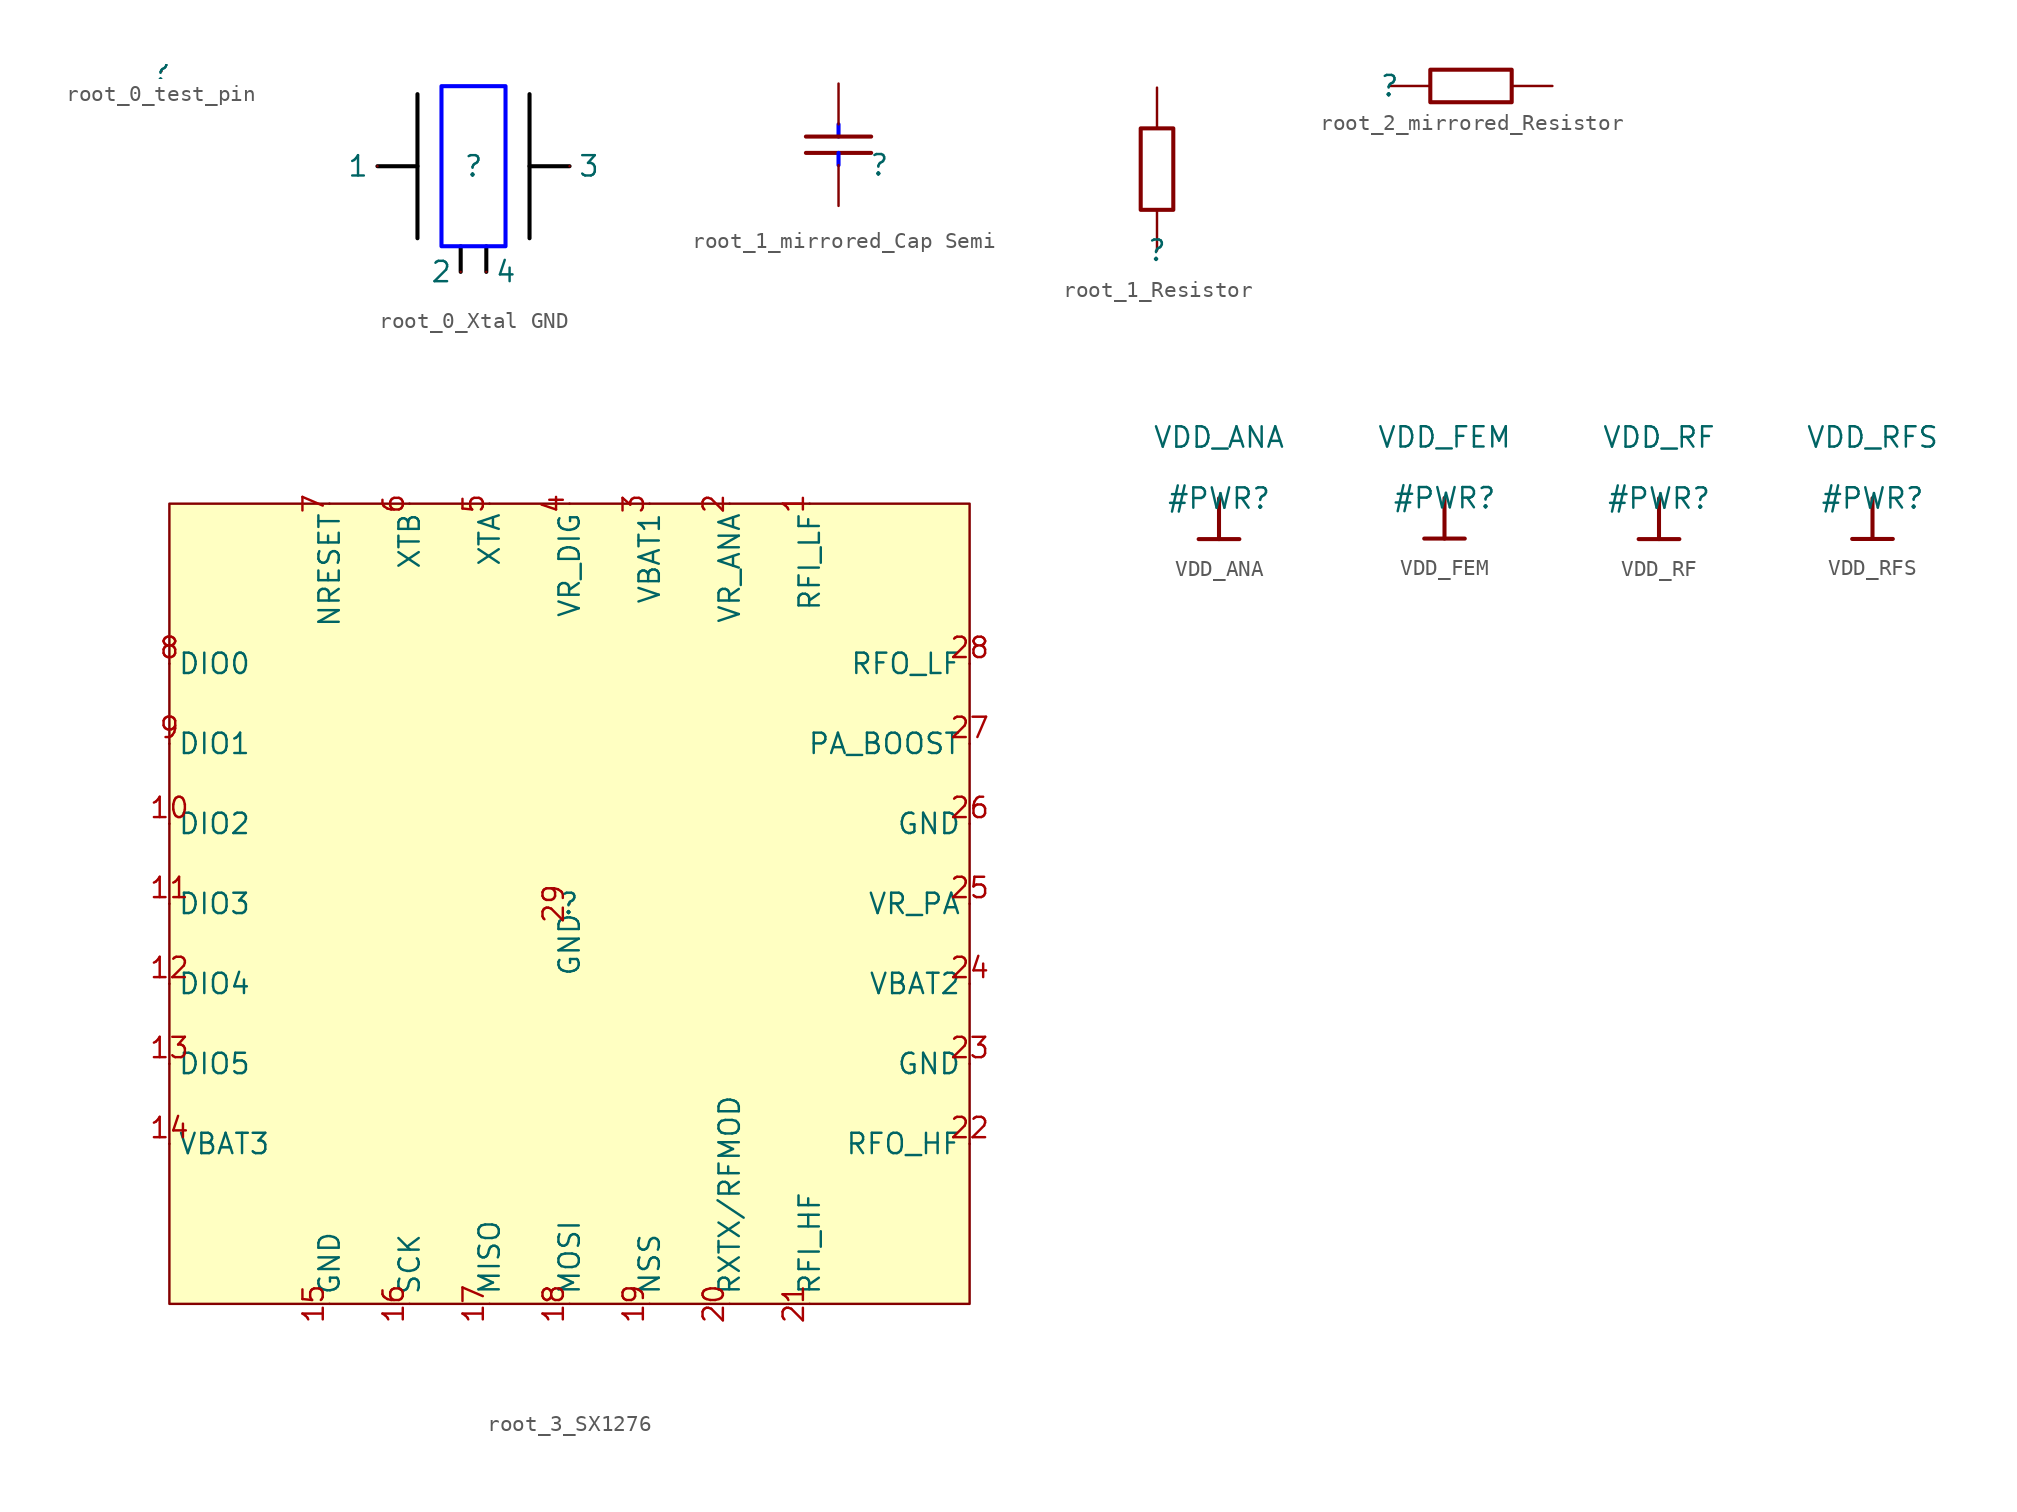
<source format=kicad_sym>
(kicad_symbol_lib
  (version 20220914)
  (generator kicad_symbol_editor)
  (symbol "root_0_test_pin"
    (property "Reference" ""
      (at 0 0 0)
      (effects (font (size 1.27 1.27))))
    (property "Value" ""
      (at 0 0 0)
      (effects (font (size 1.27 1.27))))
    (symbol "root_0_test_pin_1_0"
      (pin passive line (at 0 0 180) (length 0) (name "pin" (effects (font (size 0 0)))) (number "1" (effects (font (size 0 0)))))))
  (symbol "root_0_Xtal GND"
    (property "Reference" ""
      (at 0 0 0)
      (effects (font (size 1.27 1.27))))
    (property "Value" ""
      (at 0 0 0)
      (effects (font (size 1.27 1.27))))
    (symbol "root_0_Xtal GND_1_0"
      (polyline (pts (xy -6 0) (xy -3.5 0)) (stroke (width 0.254) (type solid) (color 0 0 0 1)) (fill (type none)))
      (polyline (pts (xy -3.5 4.5) (xy -3.5 -4.5)) (stroke (width 0.254) (type solid) (color 0 0 0 1)) (fill (type none)))
      (polyline (pts (xy -0.8 -6.6) (xy -0.8 -5)) (stroke (width 0.254) (type solid) (color 0 0 0 1)) (fill (type none)))
      (polyline (pts (xy 0.8 -6.6) (xy 0.8 -5)) (stroke (width 0.254) (type solid) (color 0 0 0 1)) (fill (type none)))
      (polyline (pts (xy 3.5 4.5) (xy 3.5 -4.5)) (stroke (width 0.254) (type solid) (color 0 0 0 1)) (fill (type none)))
      (polyline (pts (xy 6 0) (xy 3.5 0)) (stroke (width 0.254) (type solid) (color 0 0 0 1)) (fill (type none)))
      (polyline (pts (xy 2 -5) (xy 2 5) (xy -2 5) (xy -2 -5) (xy 2 -5)) (stroke (width 0.254) (type solid) (color 0 0 255 1)) (fill (type none)))
      (pin passive line (at -6 0 180) (length 0) (name "1" (effects (font (size 1.27 1.27)))) (number "1" (effects (font (size 0 0)))))
      (pin passive line (at -0.8 -6.6 180) (length 0) (name "2" (effects (font (size 1.27 1.27)))) (number "2" (effects (font (size 0 0)))))
      (pin passive line (at 6 0 0) (length 0) (name "3" (effects (font (size 1.27 1.27)))) (number "3" (effects (font (size 0 0)))))
      (pin passive line (at 0.8 -6.6 0) (length 0) (name "4" (effects (font (size 1.27 1.27)))) (number "4" (effects (font (size 0 0)))))))
  (symbol "root_1_mirrored_Cap Semi"
    (property "Reference" ""
      (at 0 0 0)
      (effects (font (size 1.27 1.27))))
    (property "Value" ""
      (at 0 0 0)
      (effects (font (size 1.27 1.27))))
    (symbol "root_1_mirrored_Cap Semi_1_0"
      (polyline (pts (xy -4.572 0.762) (xy -0.508 0.762)) (stroke (width 0.254) (type solid)) (fill (type none)))
      (polyline (pts (xy -2.54 0) (xy -2.54 0.762)) (stroke (width 0.254) (type solid) (color 0 0 255 1)) (fill (type none)))
      (polyline (pts (xy -2.54 2.54) (xy -2.54 1.778)) (stroke (width 0.254) (type solid) (color 0 0 255 1)) (fill (type none)))
      (polyline (pts (xy -0.508 1.778) (xy -4.572 1.778)) (stroke (width 0.254) (type solid)) (fill (type none)))
      (pin passive line (at -2.54 -2.54 90) (length 2.54) (name "1" (effects (font (size 0 0)))) (number "1" (effects (font (size 0 0)))))
      (pin passive line (at -2.54 5.08 270) (length 2.54) (name "2" (effects (font (size 0 0)))) (number "2" (effects (font (size 0 0)))))))
  (symbol "root_1_Resistor"
    (property "Reference" ""
      (at 0 0 0)
      (effects (font (size 1.27 1.27))))
    (property "Value" ""
      (at 0 0 0)
      (effects (font (size 1.27 1.27))))
    (symbol "root_1_Resistor_1_0"
      (rectangle (start 1.016 7.62) (end -1.016 2.54) (stroke (width 0.254) (type solid)) (fill (type none)))
      (pin passive line (at 0 0 90) (length 2.54) (name "1" (effects (font (size 0 0)))) (number "1" (effects (font (size 0 0)))))
      (pin passive line (at 0 10.16 270) (length 2.54) (name "2" (effects (font (size 0 0)))) (number "2" (effects (font (size 0 0)))))))
  (symbol "root_2_mirrored_Resistor"
    (property "Reference" ""
      (at 0 0 0)
      (effects (font (size 1.27 1.27))))
    (property "Value" ""
      (at 0 0 0)
      (effects (font (size 1.27 1.27))))
    (symbol "root_2_mirrored_Resistor_1_0"
      (rectangle (start 7.62 1.016) (end 2.54 -1.016) (stroke (width 0.254) (type solid)) (fill (type none)))
      (pin passive line (at 0 0 0) (length 2.54) (name "1" (effects (font (size 0 0)))) (number "1" (effects (font (size 0 0)))))
      (pin passive line (at 10.16 0 180) (length 2.54) (name "2" (effects (font (size 0 0)))) (number "2" (effects (font (size 0 0)))))))
  (symbol "root_3_SX1276"
    (property "Reference" ""
      (at 0 0 0)
      (effects (font (size 1.27 1.27))))
    (property "Value" ""
      (at 0 0 0)
      (effects (font (size 1.27 1.27))))
    (symbol "root_3_SX1276_1_0"
      (rectangle (start 25 25) (end -25 -25) (stroke (width 0) (type solid)) (fill (type background)))
      (pin passive line (at 15 25 270) (length 0) (name "RFI_LF" (effects (font (size 1.27 1.27)))) (number "1" (effects (font (size 1.27 1.27)))))
      (pin passive line (at -25 5 0) (length 0) (name "DIO2" (effects (font (size 1.27 1.27)))) (number "10" (effects (font (size 1.27 1.27)))))
      (pin passive line (at -25 0 0) (length 0) (name "DIO3" (effects (font (size 1.27 1.27)))) (number "11" (effects (font (size 1.27 1.27)))))
      (pin passive line (at -25 -5 0) (length 0) (name "DIO4" (effects (font (size 1.27 1.27)))) (number "12" (effects (font (size 1.27 1.27)))))
      (pin passive line (at -25 -10 0) (length 0) (name "DIO5" (effects (font (size 1.27 1.27)))) (number "13" (effects (font (size 1.27 1.27)))))
      (pin passive line (at -25 -15 0) (length 0) (name "VBAT3" (effects (font (size 1.27 1.27)))) (number "14" (effects (font (size 1.27 1.27)))))
      (pin passive line (at -15 -25 90) (length 0) (name "GND" (effects (font (size 1.27 1.27)))) (number "15" (effects (font (size 1.27 1.27)))))
      (pin passive line (at -10 -25 90) (length 0) (name "SCK" (effects (font (size 1.27 1.27)))) (number "16" (effects (font (size 1.27 1.27)))))
      (pin passive line (at -5 -25 90) (length 0) (name "MISO" (effects (font (size 1.27 1.27)))) (number "17" (effects (font (size 1.27 1.27)))))
      (pin passive line (at 0 -25 90) (length 0) (name "MOSI" (effects (font (size 1.27 1.27)))) (number "18" (effects (font (size 1.27 1.27)))))
      (pin passive line (at 5 -25 90) (length 0) (name "NSS" (effects (font (size 1.27 1.27)))) (number "19" (effects (font (size 1.27 1.27)))))
      (pin passive line (at 10 25 270) (length 0) (name "VR_ANA" (effects (font (size 1.27 1.27)))) (number "2" (effects (font (size 1.27 1.27)))))
      (pin passive line (at 10 -25 90) (length 0) (name "RXTX/RFMOD" (effects (font (size 1.27 1.27)))) (number "20" (effects (font (size 1.27 1.27)))))
      (pin passive line (at 15 -25 90) (length 0) (name "RFI_HF" (effects (font (size 1.27 1.27)))) (number "21" (effects (font (size 1.27 1.27)))))
      (pin passive line (at 25 -15 180) (length 0) (name "RFO_HF" (effects (font (size 1.27 1.27)))) (number "22" (effects (font (size 1.27 1.27)))))
      (pin passive line (at 25 -10 180) (length 0) (name "GND" (effects (font (size 1.27 1.27)))) (number "23" (effects (font (size 1.27 1.27)))))
      (pin passive line (at 25 -5 180) (length 0) (name "VBAT2" (effects (font (size 1.27 1.27)))) (number "24" (effects (font (size 1.27 1.27)))))
      (pin passive line (at 25 0 180) (length 0) (name "VR_PA" (effects (font (size 1.27 1.27)))) (number "25" (effects (font (size 1.27 1.27)))))
      (pin passive line (at 25 5 180) (length 0) (name "GND" (effects (font (size 1.27 1.27)))) (number "26" (effects (font (size 1.27 1.27)))))
      (pin passive line (at 25 10 180) (length 0) (name "PA_BOOST" (effects (font (size 1.27 1.27)))) (number "27" (effects (font (size 1.27 1.27)))))
      (pin passive line (at 25 15 180) (length 0) (name "RFO_LF" (effects (font (size 1.27 1.27)))) (number "28" (effects (font (size 1.27 1.27)))))
      (pin passive line (at 0 0 270) (length 0) (name "GND" (effects (font (size 1.27 1.27)))) (number "29" (effects (font (size 1.27 1.27)))))
      (pin passive line (at 5 25 270) (length 0) (name "VBAT1" (effects (font (size 1.27 1.27)))) (number "3" (effects (font (size 1.27 1.27)))))
      (pin passive line (at 0 25 270) (length 0) (name "VR_DIG" (effects (font (size 1.27 1.27)))) (number "4" (effects (font (size 1.27 1.27)))))
      (pin passive line (at -5 25 270) (length 0) (name "XTA" (effects (font (size 1.27 1.27)))) (number "5" (effects (font (size 1.27 1.27)))))
      (pin passive line (at -10 25 270) (length 0) (name "XTB" (effects (font (size 1.27 1.27)))) (number "6" (effects (font (size 1.27 1.27)))))
      (pin passive line (at -15 25 270) (length 0) (name "NRESET" (effects (font (size 1.27 1.27)))) (number "7" (effects (font (size 1.27 1.27)))))
      (pin passive line (at -25 15 0) (length 0) (name "DIO0" (effects (font (size 1.27 1.27)))) (number "8" (effects (font (size 1.27 1.27)))))
      (pin passive line (at -25 10 0) (length 0) (name "DIO1" (effects (font (size 1.27 1.27)))) (number "9" (effects (font (size 1.27 1.27)))))))
  (symbol "VDD_ANA"
    (power)
    (property "Reference" "#PWR"
      (at 0 0 0)
      (effects (font (size 1.27 1.27))))
    (property "Value" "VDD_ANA"
      (at 0 3.81 0)
      (effects (font (size 1.27 1.27))))
    (symbol "VDD_ANA_0_0"
      (polyline (pts (xy -1.27 -2.54) (xy 1.27 -2.54)) (stroke (width 0.254) (type solid)) (fill (type none)))
      (polyline (pts (xy 0 0) (xy 0 -2.54)) (stroke (width 0.254) (type solid)) (fill (type none)))
      (pin power_in line (at 0 0 0) (length 0) hide (name "VDD_ANA" (effects (font (size 1.27 1.27)))) (number "" (effects (font (size 1.27 1.27)))))))
  (symbol "VDD_FEM"
    (power)
    (property "Reference" "#PWR"
      (at 0 0 0)
      (effects (font (size 1.27 1.27))))
    (property "Value" "VDD_FEM"
      (at 0 3.81 0)
      (effects (font (size 1.27 1.27))))
    (symbol "VDD_FEM_0_0"
      (polyline (pts (xy -1.27 -2.54) (xy 1.27 -2.54)) (stroke (width 0.254) (type solid)) (fill (type none)))
      (polyline (pts (xy 0 0) (xy 0 -2.54)) (stroke (width 0.254) (type solid)) (fill (type none)))
      (pin power_in line (at 0 0 0) (length 0) hide (name "VDD_FEM" (effects (font (size 1.27 1.27)))) (number "" (effects (font (size 1.27 1.27)))))))
  (symbol "VDD_RF"
    (power)
    (property "Reference" "#PWR"
      (at 0 0 0)
      (effects (font (size 1.27 1.27))))
    (property "Value" "VDD_RF"
      (at 0 3.81 0)
      (effects (font (size 1.27 1.27))))
    (symbol "VDD_RF_0_0"
      (polyline (pts (xy -1.27 -2.54) (xy 1.27 -2.54)) (stroke (width 0.254) (type solid)) (fill (type none)))
      (polyline (pts (xy 0 0) (xy 0 -2.54)) (stroke (width 0.254) (type solid)) (fill (type none)))
      (pin power_in line (at 0 0 0) (length 0) hide (name "VDD_RF" (effects (font (size 1.27 1.27)))) (number "" (effects (font (size 1.27 1.27)))))))
  (symbol "VDD_RFS"
    (power)
    (property "Reference" "#PWR"
      (at 0 0 0)
      (effects (font (size 1.27 1.27))))
    (property "Value" "VDD_RFS"
      (at 0 3.81 0)
      (effects (font (size 1.27 1.27))))
    (symbol "VDD_RFS_0_0"
      (polyline (pts (xy -1.27 -2.54) (xy 1.27 -2.54)) (stroke (width 0.254) (type solid)) (fill (type none)))
      (polyline (pts (xy 0 0) (xy 0 -2.54)) (stroke (width 0.254) (type solid)) (fill (type none)))
      (pin power_in line (at 0 0 0) (length 0) hide (name "VDD_RFS" (effects (font (size 1.27 1.27)))) (number "" (effects (font (size 1.27 1.27))))))))
</source>
